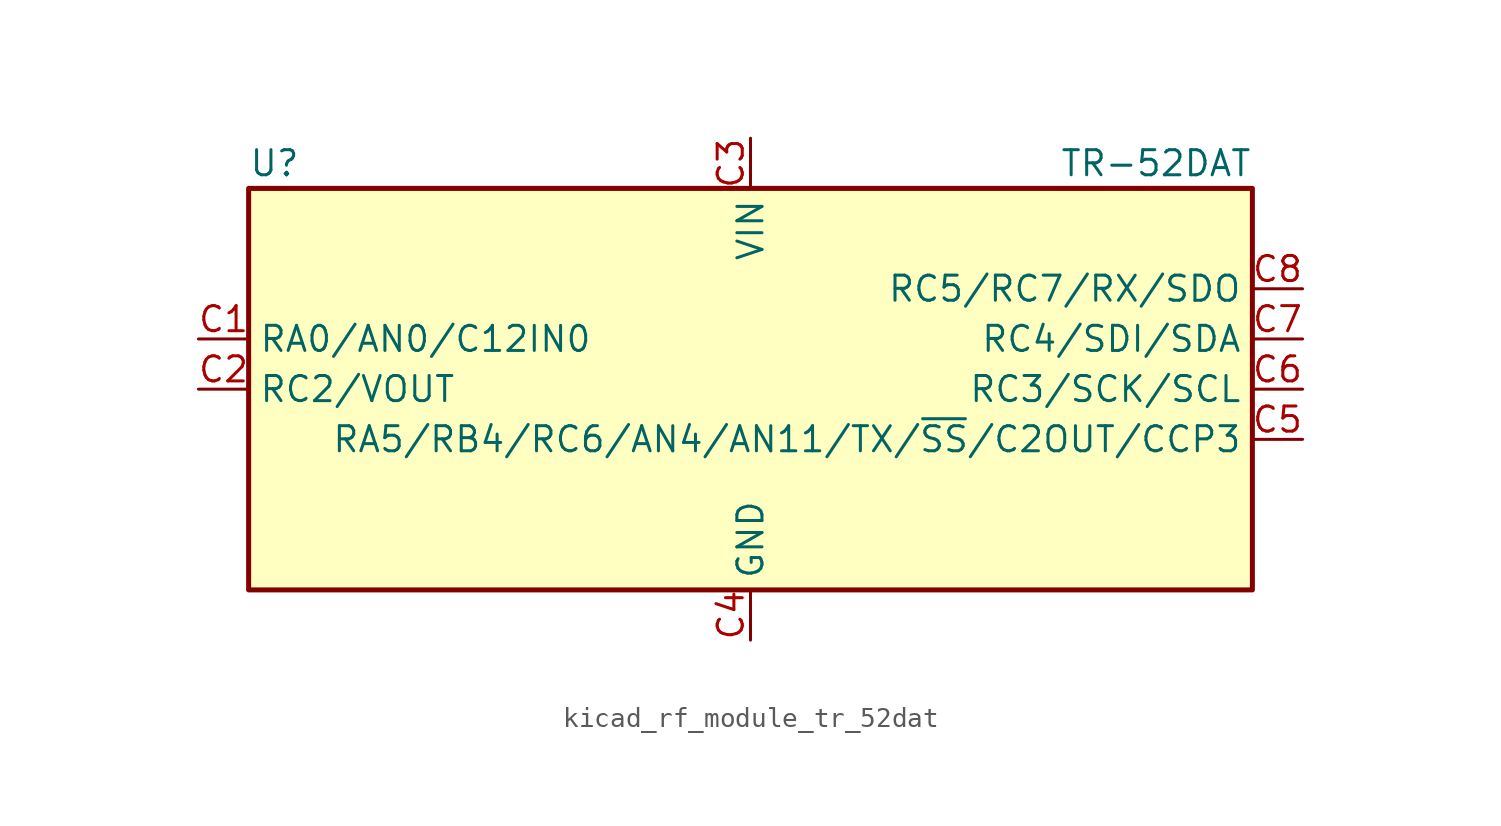
<source format=kicad_sym>
(kicad_symbol_lib
  (version 20220914)
  (generator kicad_symbol_editor)
  (symbol "kicad_rf_module_tr_52dat"
    (property "Reference" "U"
      (at -25.4 11.43 0)
      (effects (font (size 1.27 1.27)) (justify left)))
    (property "Value" "TR-52DAT"
      (at 25.4 11.43 0)
      (effects (font (size 1.27 1.27)) (justify right)))
    (symbol "kicad_rf_module_tr_52dat_0_1"
      (rectangle (start -25.4 10.16) (end 25.4 -10.16) (stroke (width 0.254) (type default)) (fill (type background))))
    (symbol "kicad_rf_module_tr_52dat_1_1"
      (pin bidirectional line (at -27.94 2.54 0) (length 2.54) (name "RA0/AN0/C12IN0" (effects (font (size 1.27 1.27)))) (number "C1" (effects (font (size 1.27 1.27)))))
      (pin bidirectional line (at -27.94 0 0) (length 2.54) (name "RC2/VOUT" (effects (font (size 1.27 1.27)))) (number "C2" (effects (font (size 1.27 1.27)))))
      (pin power_in line (at 0 12.7 270) (length 2.54) (name "VIN" (effects (font (size 1.27 1.27)))) (number "C3" (effects (font (size 1.27 1.27)))))
      (pin power_in line (at 0 -12.7 90) (length 2.54) (name "GND" (effects (font (size 1.27 1.27)))) (number "C4" (effects (font (size 1.27 1.27)))))
      (pin bidirectional line (at 27.94 -2.54 180) (length 2.54) (name "RA5/RB4/RC6/AN4/AN11/TX/~{SS}/C2OUT/CCP3" (effects (font (size 1.27 1.27)))) (number "C5" (effects (font (size 1.27 1.27)))))
      (pin bidirectional line (at 27.94 0 180) (length 2.54) (name "RC3/SCK/SCL" (effects (font (size 1.27 1.27)))) (number "C6" (effects (font (size 1.27 1.27)))))
      (pin bidirectional line (at 27.94 2.54 180) (length 2.54) (name "RC4/SDI/SDA" (effects (font (size 1.27 1.27)))) (number "C7" (effects (font (size 1.27 1.27)))))
      (pin bidirectional line (at 27.94 5.08 180) (length 2.54) (name "RC5/RC7/RX/SDO" (effects (font (size 1.27 1.27)))) (number "C8" (effects (font (size 1.27 1.27))))))))
</source>
